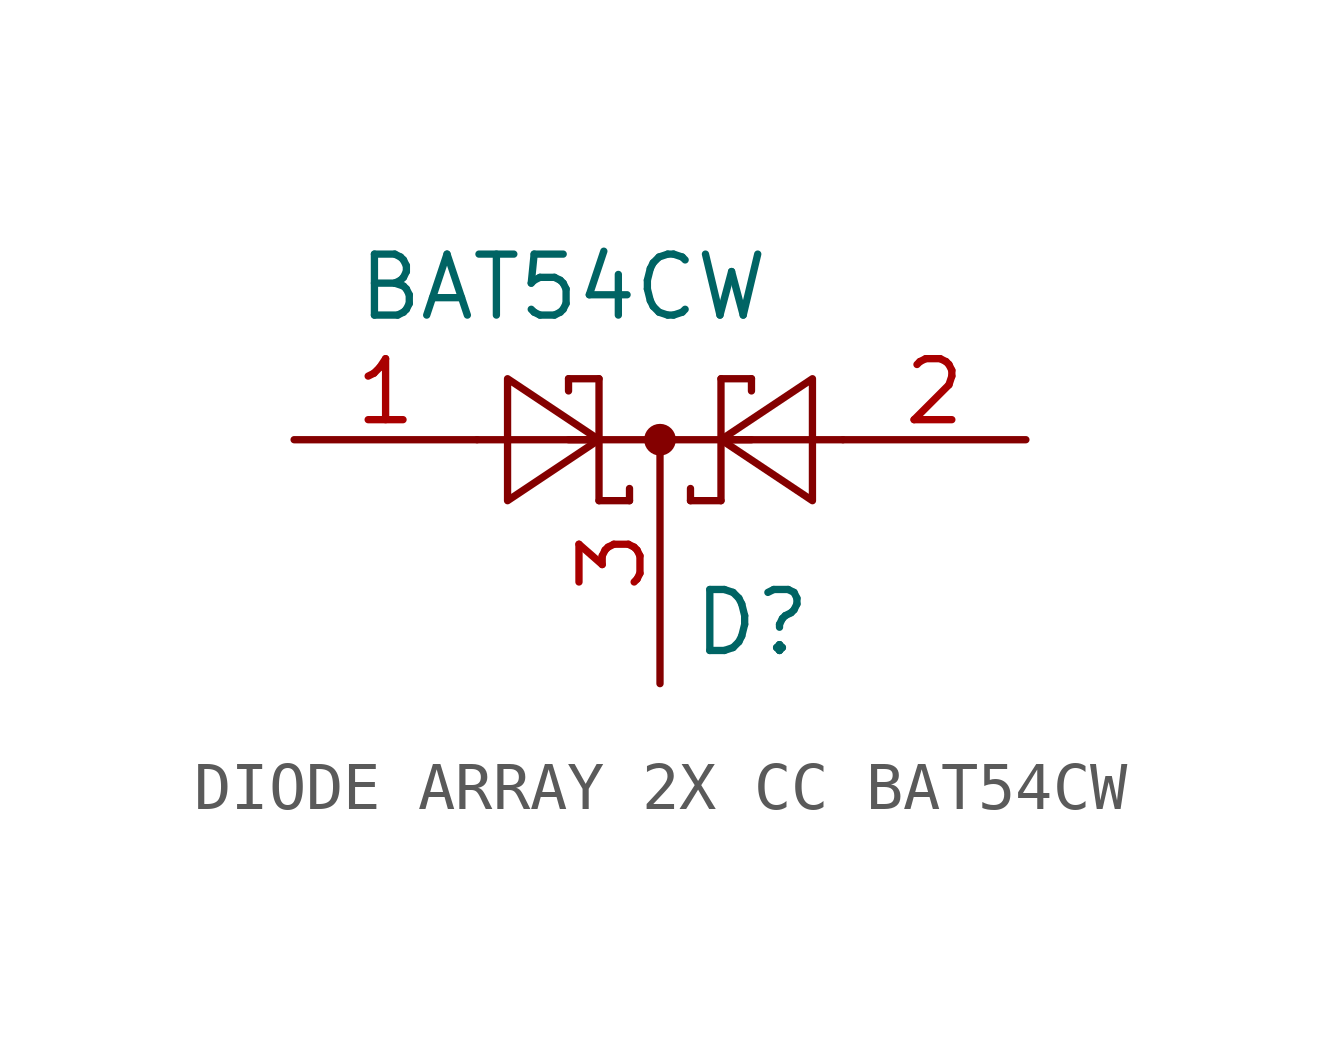
<source format=kicad_sym>
(kicad_symbol_lib
  (version 20241209)
  (generator "kicad_symbol_editor")
  (generator_version "9.0")
  (symbol "DIODE ARRAY 2X CC BAT54CW"
    (pin_names
      (offset 1.016))
    (property "Reference" "D"
      (at 0.635 -3.81 0)
      (effects (font (size 1.27 1.27)) (justify left)))
    (property "Value" "BAT54CW"
      (at -6.35 3.175 0)
      (effects (font (size 1.27 1.27)) (justify left)))
    (symbol "DIODE ARRAY 2X CC BAT54CW_0_1"
      (polyline (pts (xy -3.175 -1.27) (xy -3.175 1.27) (xy -1.27 0) (xy -3.175 -1.27)) (stroke (width 0) (type default)) (fill (type none)))
      (polyline (pts (xy -1.905 1.27) (xy -1.905 1.016)) (stroke (width 0) (type default)) (fill (type none)))
      (polyline (pts (xy -1.905 0) (xy 1.905 0)) (stroke (width 0) (type default)) (fill (type none)))
      (polyline (pts (xy -1.27 1.27) (xy -1.905 1.27)) (stroke (width 0) (type default)) (fill (type none)))
      (polyline (pts (xy -1.27 1.27) (xy -1.27 -1.27)) (stroke (width 0) (type default)) (fill (type none)))
      (polyline (pts (xy -1.27 0) (xy -3.81 0)) (stroke (width 0) (type default)) (fill (type none)))
      (polyline (pts (xy -1.27 -1.27) (xy -0.635 -1.27)) (stroke (width 0) (type default)) (fill (type none)))
      (polyline (pts (xy -0.635 -1.27) (xy -0.635 -1.016)) (stroke (width 0) (type default)) (fill (type none)))
      (circle (center 0 0) (radius 0.254) (stroke (width 0) (type default)) (fill (type outline)))
      (polyline (pts (xy 0.635 -1.27) (xy 0.635 -1.016)) (stroke (width 0) (type default)) (fill (type none)))
      (polyline (pts (xy 1.27 1.27) (xy 1.27 -1.27)) (stroke (width 0) (type default)) (fill (type none)))
      (polyline (pts (xy 1.27 1.27) (xy 1.905 1.27)) (stroke (width 0) (type default)) (fill (type none)))
      (polyline (pts (xy 1.27 -1.27) (xy 0.635 -1.27)) (stroke (width 0) (type default)) (fill (type none)))
      (polyline (pts (xy 1.905 1.27) (xy 1.905 1.016)) (stroke (width 0) (type default)) (fill (type none)))
      (polyline (pts (xy 3.175 -1.27) (xy 3.175 1.27) (xy 1.27 0) (xy 3.175 -1.27)) (stroke (width 0) (type default)) (fill (type none)))
      (polyline (pts (xy 3.81 0) (xy 1.27 0)) (stroke (width 0) (type default)) (fill (type none))))
    (symbol "DIODE ARRAY 2X CC BAT54CW_1_1"
      (pin passive line (at -7.62 0 0) (length 3.81) (name "~" (effects (font (size 1.27 1.27)))) (number "1" (effects (font (size 1.27 1.27)))))
      (pin passive line (at 0 -5.08 90) (length 5.08) (name "~" (effects (font (size 1.27 1.27)))) (number "3" (effects (font (size 1.27 1.27)))))
      (pin passive line (at 7.62 0 180) (length 3.81) (name "~" (effects (font (size 1.27 1.27)))) (number "2" (effects (font (size 1.27 1.27))))))))
</source>
